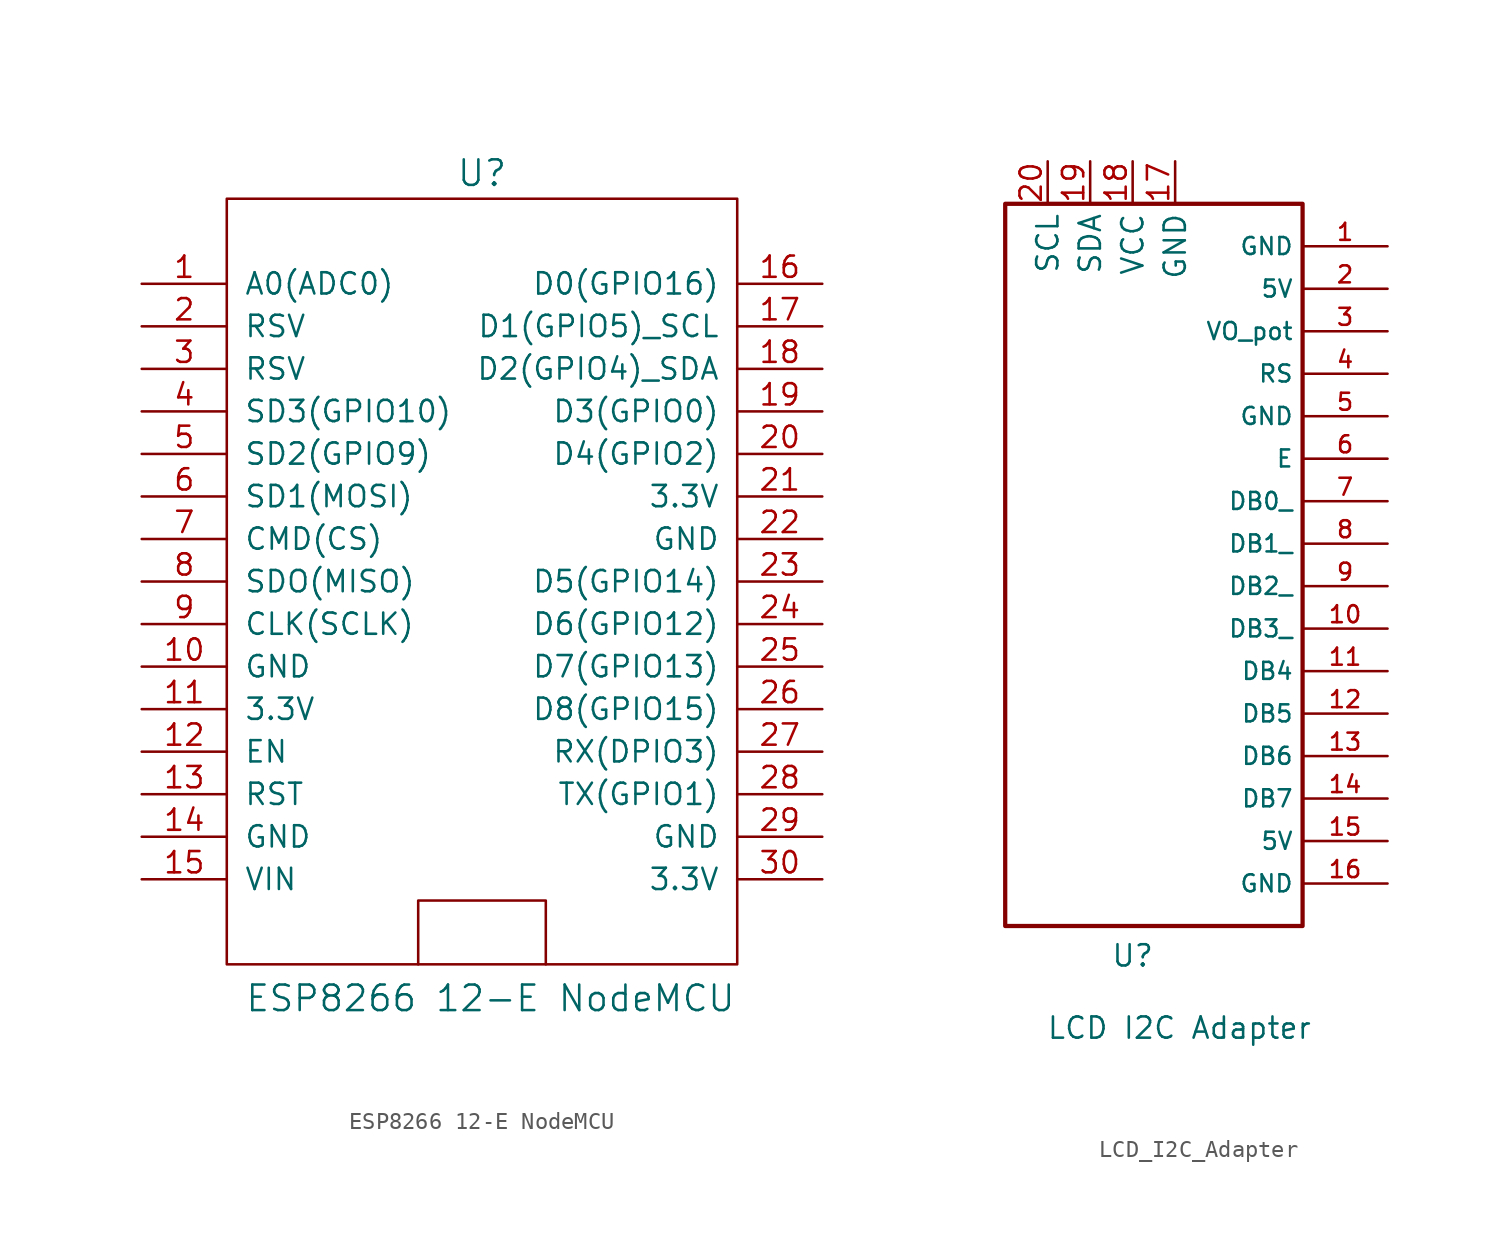
<source format=kicad_sym>
(kicad_symbol_lib
  (version 20241209)
  (generator "kicad_symbol_editor")
  (generator_version "9.0")
  (symbol "ESP8266 12-E NodeMCU"
    (pin_names
      (offset 1.016))
    (property "Reference" "U"
      (at 0 24.384 0)
      (effects (font (size 1.524 1.524))))
    (property "Value" "ESP8266 12-E NodeMCU"
      (at 0.508 -24.892 0)
      (effects (font (size 1.524 1.524))))
    (symbol "ESP8266 12-E NodeMCU_0_1"
      (rectangle (start -15.24 22.86) (end 15.24 -22.86) (stroke (width 0) (type solid)) (fill (type none)))
      (polyline (pts (xy -3.81 -22.86) (xy -3.81 -19.05) (xy 3.81 -19.05) (xy 3.81 -22.86)) (stroke (width 0) (type default)) (fill (type none))))
    (symbol "ESP8266 12-E NodeMCU_1_1"
      (pin input line (at -20.32 17.78 0) (length 5.08) (name "A0(ADC0)" (effects (font (size 1.27 1.27)))) (number "1" (effects (font (size 1.27 1.27)))))
      (pin input line (at -20.32 15.24 0) (length 5.08) (name "RSV" (effects (font (size 1.27 1.27)))) (number "2" (effects (font (size 1.27 1.27)))))
      (pin input line (at -20.32 12.7 0) (length 5.08) (name "RSV" (effects (font (size 1.27 1.27)))) (number "3" (effects (font (size 1.27 1.27)))))
      (pin bidirectional line (at -20.32 10.16 0) (length 5.08) (name "SD3(GPIO10)" (effects (font (size 1.27 1.27)))) (number "4" (effects (font (size 1.27 1.27)))))
      (pin bidirectional line (at -20.32 7.62 0) (length 5.08) (name "SD2(GPIO9)" (effects (font (size 1.27 1.27)))) (number "5" (effects (font (size 1.27 1.27)))))
      (pin bidirectional line (at -20.32 5.08 0) (length 5.08) (name "SD1(MOSI)" (effects (font (size 1.27 1.27)))) (number "6" (effects (font (size 1.27 1.27)))))
      (pin bidirectional line (at -20.32 2.54 0) (length 5.08) (name "CMD(CS)" (effects (font (size 1.27 1.27)))) (number "7" (effects (font (size 1.27 1.27)))))
      (pin bidirectional line (at -20.32 0 0) (length 5.08) (name "SDO(MISO)" (effects (font (size 1.27 1.27)))) (number "8" (effects (font (size 1.27 1.27)))))
      (pin bidirectional line (at -20.32 -2.54 0) (length 5.08) (name "CLK(SCLK)" (effects (font (size 1.27 1.27)))) (number "9" (effects (font (size 1.27 1.27)))))
      (pin input line (at -20.32 -5.08 0) (length 5.08) (name "GND" (effects (font (size 1.27 1.27)))) (number "10" (effects (font (size 1.27 1.27)))))
      (pin power_out line (at -20.32 -7.62 0) (length 5.08) (name "3.3V" (effects (font (size 1.27 1.27)))) (number "11" (effects (font (size 1.27 1.27)))))
      (pin input line (at -20.32 -10.16 0) (length 5.08) (name "EN" (effects (font (size 1.27 1.27)))) (number "12" (effects (font (size 1.27 1.27)))))
      (pin input line (at -20.32 -12.7 0) (length 5.08) (name "RST" (effects (font (size 1.27 1.27)))) (number "13" (effects (font (size 1.27 1.27)))))
      (pin power_in line (at -20.32 -15.24 0) (length 5.08) (name "GND" (effects (font (size 1.27 1.27)))) (number "14" (effects (font (size 1.27 1.27)))))
      (pin power_in line (at -20.32 -17.78 0) (length 5.08) (name "VIN" (effects (font (size 1.27 1.27)))) (number "15" (effects (font (size 1.27 1.27)))))
      (pin bidirectional line (at 20.32 17.78 180) (length 5.08) (name "D0(GPIO16)" (effects (font (size 1.27 1.27)))) (number "16" (effects (font (size 1.27 1.27)))))
      (pin bidirectional line (at 20.32 15.24 180) (length 5.08) (name "D1(GPIO5)_SCL" (effects (font (size 1.27 1.27)))) (number "17" (effects (font (size 1.27 1.27)))))
      (pin bidirectional line (at 20.32 12.7 180) (length 5.08) (name "D2(GPIO4)_SDA" (effects (font (size 1.27 1.27)))) (number "18" (effects (font (size 1.27 1.27)))))
      (pin bidirectional line (at 20.32 10.16 180) (length 5.08) (name "D3(GPIO0)" (effects (font (size 1.27 1.27)))) (number "19" (effects (font (size 1.27 1.27)))))
      (pin bidirectional line (at 20.32 7.62 180) (length 5.08) (name "D4(GPIO2)" (effects (font (size 1.27 1.27)))) (number "20" (effects (font (size 1.27 1.27)))))
      (pin power_out line (at 20.32 5.08 180) (length 5.08) (name "3.3V" (effects (font (size 1.27 1.27)))) (number "21" (effects (font (size 1.27 1.27)))))
      (pin power_in line (at 20.32 2.54 180) (length 5.08) (name "GND" (effects (font (size 1.27 1.27)))) (number "22" (effects (font (size 1.27 1.27)))))
      (pin bidirectional line (at 20.32 0 180) (length 5.08) (name "D5(GPIO14)" (effects (font (size 1.27 1.27)))) (number "23" (effects (font (size 1.27 1.27)))))
      (pin bidirectional line (at 20.32 -2.54 180) (length 5.08) (name "D6(GPIO12)" (effects (font (size 1.27 1.27)))) (number "24" (effects (font (size 1.27 1.27)))))
      (pin bidirectional line (at 20.32 -5.08 180) (length 5.08) (name "D7(GPIO13)" (effects (font (size 1.27 1.27)))) (number "25" (effects (font (size 1.27 1.27)))))
      (pin bidirectional line (at 20.32 -7.62 180) (length 5.08) (name "D8(GPIO15)" (effects (font (size 1.27 1.27)))) (number "26" (effects (font (size 1.27 1.27)))))
      (pin bidirectional line (at 20.32 -10.16 180) (length 5.08) (name "RX(DPIO3)" (effects (font (size 1.27 1.27)))) (number "27" (effects (font (size 1.27 1.27)))))
      (pin bidirectional line (at 20.32 -12.7 180) (length 5.08) (name "TX(GPIO1)" (effects (font (size 1.27 1.27)))) (number "28" (effects (font (size 1.27 1.27)))))
      (pin power_in line (at 20.32 -15.24 180) (length 5.08) (name "GND" (effects (font (size 1.27 1.27)))) (number "29" (effects (font (size 1.27 1.27)))))
      (pin power_out line (at 20.32 -17.78 180) (length 5.08) (name "3.3V" (effects (font (size 1.27 1.27)))) (number "30" (effects (font (size 1.27 1.27)))))))
  (symbol "LCD_I2C_Adapter"
    (property "Reference" "U"
      (at -2.54 -1.778 0)
      (effects (font (size 1.27 1.27))))
    (property "Value" "LCD I2C Adapter"
      (at 0.254 -6.096 0)
      (effects (font (size 1.27 1.27))))
    (symbol "LCD_I2C_Adapter_0_0"
      (pin input line (at 12.7 33.02 180) (length 5.08) (name "RS" (effects (font (size 1.016 1.016)))) (number "4" (effects (font (size 1.016 1.016)))))
      (pin input line (at 12.7 27.94 180) (length 5.08) (name "E" (effects (font (size 1.016 1.016)))) (number "6" (effects (font (size 1.016 1.016)))))
      (pin bidirectional line (at 12.7 15.24 180) (length 5.08) (name "DB4" (effects (font (size 1.016 1.016)))) (number "11" (effects (font (size 1.016 1.016)))))
      (pin bidirectional line (at 12.7 12.7 180) (length 5.08) (name "DB5" (effects (font (size 1.016 1.016)))) (number "12" (effects (font (size 1.016 1.016)))))
      (pin bidirectional line (at 12.7 10.16 180) (length 5.08) (name "DB6" (effects (font (size 1.016 1.016)))) (number "13" (effects (font (size 1.016 1.016)))))
      (pin bidirectional line (at 12.7 7.62 180) (length 5.08) (name "DB7" (effects (font (size 1.016 1.016)))) (number "14" (effects (font (size 1.016 1.016))))))
    (symbol "LCD_I2C_Adapter_1_0"
      (rectangle (start -10.16 43.18) (end 7.62 0) (stroke (width 0.254) (type solid)) (fill (type none)))
      (pin power_in line (at 12.7 40.64 180) (length 5.08) (name "GND" (effects (font (size 1.016 1.016)))) (number "1" (effects (font (size 1.016 1.016)))))
      (pin power_in line (at 12.7 38.1 180) (length 5.08) (name "5V" (effects (font (size 1.016 1.016)))) (number "2" (effects (font (size 1.016 1.016)))))
      (pin bidirectional line (at 12.7 35.56 180) (length 5.08) (name "VO_pot" (effects (font (size 1.016 1.016)))) (number "3" (effects (font (size 1.016 1.016)))))
      (pin input line (at 12.7 30.48 180) (length 5.08) (name "GND" (effects (font (size 1.016 1.016)))) (number "5" (effects (font (size 1.016 1.016)))))
      (pin bidirectional line (at 12.7 25.4 180) (length 5.08) (name "DB0_" (effects (font (size 1.016 1.016)))) (number "7" (effects (font (size 1.016 1.016)))))
      (pin bidirectional line (at 12.7 22.86 180) (length 5.08) (name "DB1_" (effects (font (size 1.016 1.016)))) (number "8" (effects (font (size 1.016 1.016)))))
      (pin bidirectional line (at 12.7 20.32 180) (length 5.08) (name "DB2_" (effects (font (size 1.016 1.016)))) (number "9" (effects (font (size 1.016 1.016)))))
      (pin bidirectional line (at 12.7 17.78 180) (length 5.08) (name "DB3_" (effects (font (size 1.016 1.016)))) (number "10" (effects (font (size 1.016 1.016)))))
      (pin power_in line (at 12.7 5.08 180) (length 5.08) (name "5V" (effects (font (size 1.016 1.016)))) (number "15" (effects (font (size 1.016 1.016)))))
      (pin power_in line (at 12.7 2.54 180) (length 5.08) (name "GND" (effects (font (size 1.016 1.016)))) (number "16" (effects (font (size 1.016 1.016))))))
    (symbol "LCD_I2C_Adapter_1_1"
      (pin input line (at -7.62 45.72 270) (length 2.54) (name "SCL" (effects (font (size 1.27 1.27)))) (number "20" (effects (font (size 1.27 1.27)))))
      (pin input line (at -5.08 45.72 270) (length 2.54) (name "SDA" (effects (font (size 1.27 1.27)))) (number "19" (effects (font (size 1.27 1.27)))))
      (pin input line (at -2.54 45.72 270) (length 2.54) (name "VCC" (effects (font (size 1.27 1.27)))) (number "18" (effects (font (size 1.27 1.27)))))
      (pin input line (at 0 45.72 270) (length 2.54) (name "GND" (effects (font (size 1.27 1.27)))) (number "17" (effects (font (size 1.27 1.27))))))))
</source>
